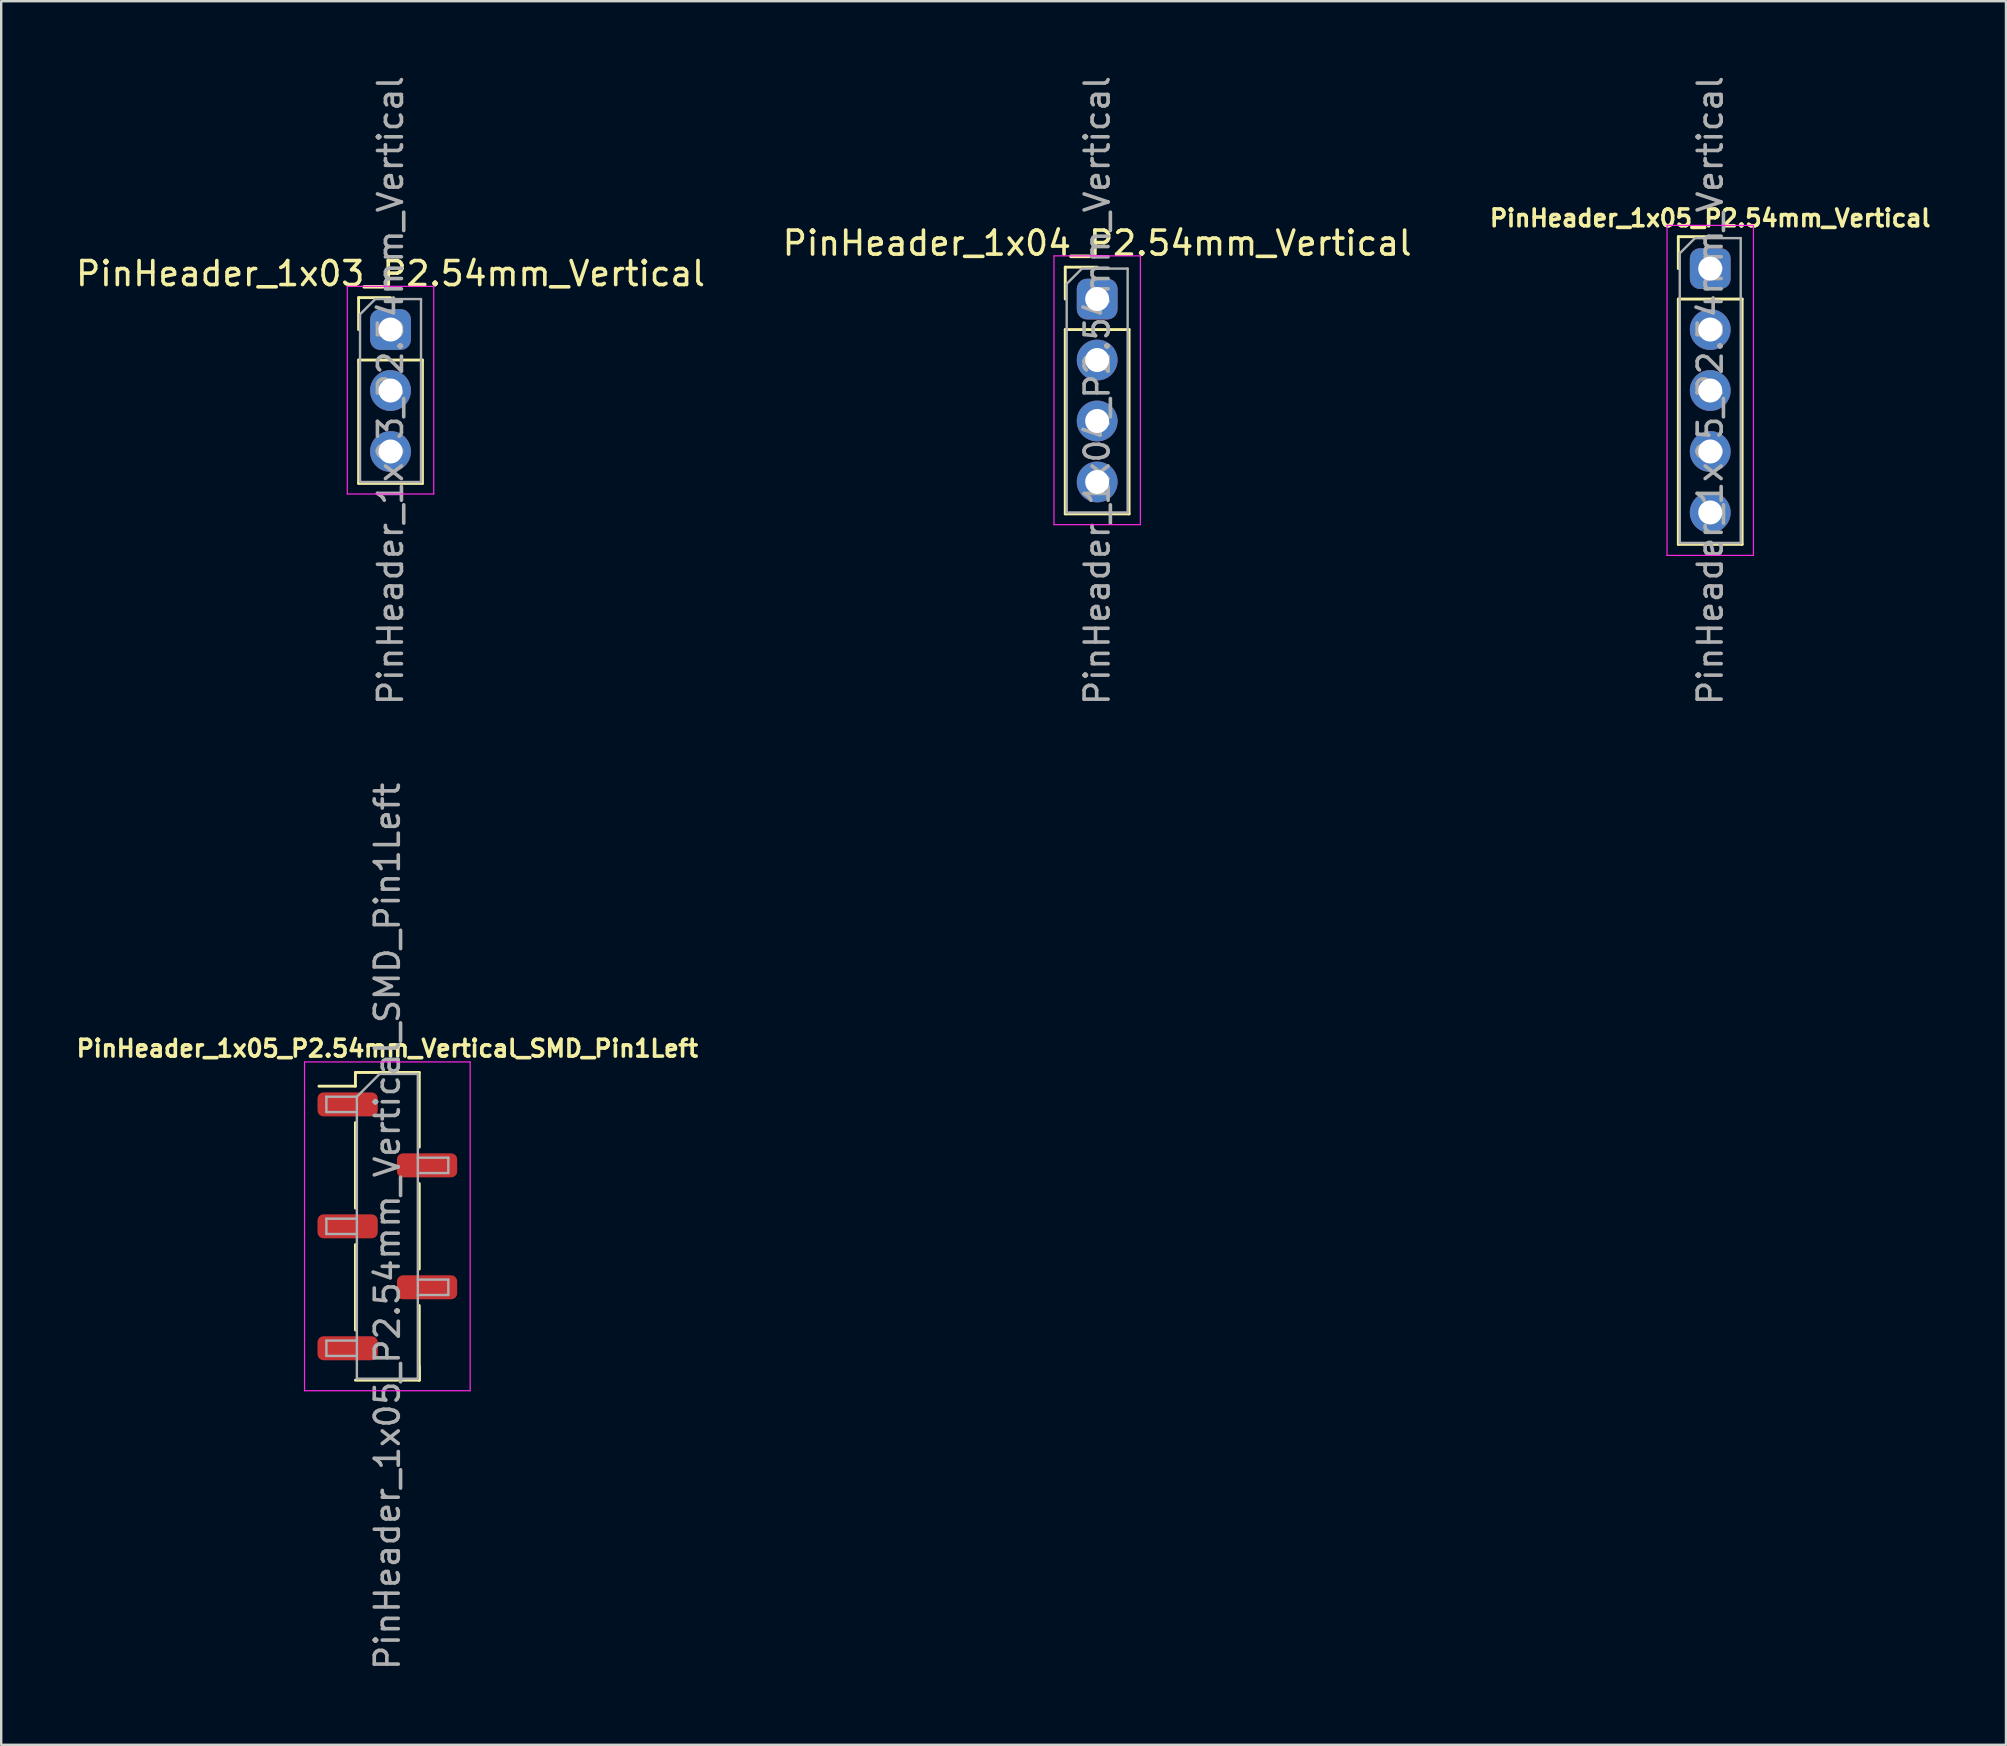
<source format=kicad_pcb>
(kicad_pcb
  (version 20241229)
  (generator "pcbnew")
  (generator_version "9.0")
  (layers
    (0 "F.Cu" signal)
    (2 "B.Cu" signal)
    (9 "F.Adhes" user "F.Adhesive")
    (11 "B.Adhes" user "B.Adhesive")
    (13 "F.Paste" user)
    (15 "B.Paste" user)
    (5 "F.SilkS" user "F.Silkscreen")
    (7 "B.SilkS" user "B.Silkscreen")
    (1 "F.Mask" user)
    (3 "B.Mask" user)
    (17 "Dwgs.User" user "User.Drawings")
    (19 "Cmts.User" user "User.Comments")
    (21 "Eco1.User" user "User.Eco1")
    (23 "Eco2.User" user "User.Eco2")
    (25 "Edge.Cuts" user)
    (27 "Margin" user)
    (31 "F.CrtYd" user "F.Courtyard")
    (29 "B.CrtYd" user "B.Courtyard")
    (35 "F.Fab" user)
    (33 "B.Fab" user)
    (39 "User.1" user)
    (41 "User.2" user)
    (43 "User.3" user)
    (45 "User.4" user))
  (footprint "PinHeader_1x04_P2.54mm_Vertical"
    (layer "F.Cu")
    (at 42.661 9.41)
    (property "Reference" "PinHeader_1x04_P2.54mm_Vertical" (at 0 -2.33 0) (layer "F.SilkS") (effects (font (size 1 1) (thickness 0.15))))
    (attr through_hole)
    (fp_line (start -1.33 -1.33) (end 0 -1.33) (stroke (width 0.12) (type solid)) (layer "F.SilkS"))
    (fp_line (start -1.33 0) (end -1.33 -1.33) (stroke (width 0.12) (type solid)) (layer "F.SilkS"))
    (fp_line (start -1.33 1.27) (end -1.33 8.95) (stroke (width 0.12) (type solid)) (layer "F.SilkS"))
    (fp_line (start -1.33 1.27) (end 1.33 1.27) (stroke (width 0.12) (type solid)) (layer "F.SilkS"))
    (fp_line (start -1.33 8.95) (end 1.33 8.95) (stroke (width 0.12) (type solid)) (layer "F.SilkS"))
    (fp_line (start 1.33 1.27) (end 1.33 8.95) (stroke (width 0.12) (type solid)) (layer "F.SilkS"))
    (fp_line (start -1.8 -1.8) (end -1.8 9.4) (stroke (width 0.05) (type solid)) (layer "F.CrtYd"))
    (fp_line (start -1.8 9.4) (end 1.8 9.4) (stroke (width 0.05) (type solid)) (layer "F.CrtYd"))
    (fp_line (start 1.8 -1.8) (end -1.8 -1.8) (stroke (width 0.05) (type solid)) (layer "F.CrtYd"))
    (fp_line (start 1.8 9.4) (end 1.8 -1.8) (stroke (width 0.05) (type solid)) (layer "F.CrtYd"))
    (fp_line (start -1.27 -0.635) (end -0.635 -1.27) (stroke (width 0.1) (type solid)) (layer "F.Fab"))
    (fp_line (start -1.27 8.89) (end -1.27 -0.635) (stroke (width 0.1) (type solid)) (layer "F.Fab"))
    (fp_line (start -0.635 -1.27) (end 1.27 -1.27) (stroke (width 0.1) (type solid)) (layer "F.Fab"))
    (fp_line (start 1.27 -1.27) (end 1.27 8.89) (stroke (width 0.1) (type solid)) (layer "F.Fab"))
    (fp_line (start 1.27 8.89) (end -1.27 8.89) (stroke (width 0.1) (type solid)) (layer "F.Fab"))
    (fp_text user "${REFERENCE}" (at 0 3.81 90) (layer "F.Fab") (effects (font (size 1 1) (thickness 0.15))))
    (pad "1" thru_hole roundrect (at 0 0) (size 1.7 1.7) (drill 1) (layers "*.Cu" "*.Mask") (roundrect_rratio 0.25))
    (pad "2" thru_hole oval (at 0 2.54) (size 1.7 1.7) (drill 1) (layers "*.Cu" "*.Mask"))
    (pad "3" thru_hole oval (at 0 5.08) (size 1.7 1.7) (drill 1) (layers "*.Cu" "*.Mask"))
    (pad "4" thru_hole oval (at 0 7.62) (size 1.7 1.7) (drill 1) (layers "*.Cu" "*.Mask")))
  (footprint "PinHeader_1x05_P2.54mm_Vertical_SMD_Pin1Left"
    (layer "F.Cu")
    (at 13.088 48.042)
    (property "Reference" "PinHeader_1x05_P2.54mm_Vertical_SMD_Pin1Left" (at 0 -7.41 0) (layer "F.SilkS") (effects (font (size 0.7 0.7) (thickness 0.15))))
    (attr smd)
    (fp_line (start -1.33 -6.41) (end -1.33 -5.84) (stroke (width 0.12) (type solid)) (layer "F.SilkS"))
    (fp_line (start -1.33 -6.41) (end 1.33 -6.41) (stroke (width 0.12) (type solid)) (layer "F.SilkS"))
    (fp_line (start -1.33 -5.84) (end -2.85 -5.84) (stroke (width 0.12) (type solid)) (layer "F.SilkS"))
    (fp_line (start -1.33 -4.32) (end -1.33 -0.76) (stroke (width 0.12) (type solid)) (layer "F.SilkS"))
    (fp_line (start -1.33 0.76) (end -1.33 4.32) (stroke (width 0.12) (type solid)) (layer "F.SilkS"))
    (fp_line (start -1.33 6.41) (end 1.33 6.41) (stroke (width 0.12) (type solid)) (layer "F.SilkS"))
    (fp_line (start 1.33 -6.41) (end 1.33 -3.3) (stroke (width 0.12) (type solid)) (layer "F.SilkS"))
    (fp_line (start 1.33 -1.78) (end 1.33 1.78) (stroke (width 0.12) (type solid)) (layer "F.SilkS"))
    (fp_line (start 1.33 3.3) (end 1.33 6.41) (stroke (width 0.12) (type solid)) (layer "F.SilkS"))
    (fp_line (start 1.33 5.84) (end 1.33 6.41) (stroke (width 0.12) (type solid)) (layer "F.SilkS"))
    (fp_line (start -3.45 -6.85) (end -3.45 6.85) (stroke (width 0.05) (type solid)) (layer "F.CrtYd"))
    (fp_line (start -3.45 6.85) (end 3.45 6.85) (stroke (width 0.05) (type solid)) (layer "F.CrtYd"))
    (fp_line (start 3.45 -6.85) (end -3.45 -6.85) (stroke (width 0.05) (type solid)) (layer "F.CrtYd"))
    (fp_line (start 3.45 6.85) (end 3.45 -6.85) (stroke (width 0.05) (type solid)) (layer "F.CrtYd"))
    (fp_line (start -2.54 -5.4) (end -2.54 -4.76) (stroke (width 0.1) (type solid)) (layer "F.Fab"))
    (fp_line (start -2.54 -4.76) (end -1.27 -4.76) (stroke (width 0.1) (type solid)) (layer "F.Fab"))
    (fp_line (start -2.54 -0.32) (end -2.54 0.32) (stroke (width 0.1) (type solid)) (layer "F.Fab"))
    (fp_line (start -2.54 0.32) (end -1.27 0.32) (stroke (width 0.1) (type solid)) (layer "F.Fab"))
    (fp_line (start -2.54 4.76) (end -2.54 5.4) (stroke (width 0.1) (type solid)) (layer "F.Fab"))
    (fp_line (start -2.54 5.4) (end -1.27 5.4) (stroke (width 0.1) (type solid)) (layer "F.Fab"))
    (fp_line (start -1.27 -5.4) (end -2.54 -5.4) (stroke (width 0.1) (type solid)) (layer "F.Fab"))
    (fp_line (start -1.27 -5.4) (end -0.32 -6.35) (stroke (width 0.1) (type solid)) (layer "F.Fab"))
    (fp_line (start -1.27 -0.32) (end -2.54 -0.32) (stroke (width 0.1) (type solid)) (layer "F.Fab"))
    (fp_line (start -1.27 4.76) (end -2.54 4.76) (stroke (width 0.1) (type solid)) (layer "F.Fab"))
    (fp_line (start -1.27 6.35) (end -1.27 -5.4) (stroke (width 0.1) (type solid)) (layer "F.Fab"))
    (fp_line (start -0.32 -6.35) (end 1.27 -6.35) (stroke (width 0.1) (type solid)) (layer "F.Fab"))
    (fp_line (start 1.27 -6.35) (end 1.27 6.35) (stroke (width 0.1) (type solid)) (layer "F.Fab"))
    (fp_line (start 1.27 -2.86) (end 2.54 -2.86) (stroke (width 0.1) (type solid)) (layer "F.Fab"))
    (fp_line (start 1.27 2.22) (end 2.54 2.22) (stroke (width 0.1) (type solid)) (layer "F.Fab"))
    (fp_line (start 1.27 6.35) (end -1.27 6.35) (stroke (width 0.1) (type solid)) (layer "F.Fab"))
    (fp_line (start 2.54 -2.86) (end 2.54 -2.22) (stroke (width 0.1) (type solid)) (layer "F.Fab"))
    (fp_line (start 2.54 -2.22) (end 1.27 -2.22) (stroke (width 0.1) (type solid)) (layer "F.Fab"))
    (fp_line (start 2.54 2.22) (end 2.54 2.86) (stroke (width 0.1) (type solid)) (layer "F.Fab"))
    (fp_line (start 2.54 2.86) (end 1.27 2.86) (stroke (width 0.1) (type solid)) (layer "F.Fab"))
    (fp_text user "${REFERENCE}" (at 0 0 90) (layer "F.Fab") (effects (font (size 1 1) (thickness 0.15))))
    (pad "1" smd roundrect (at -1.655 -5.08) (size 2.51 1) (layers "F.Cu" "F.Mask" "F.Paste") (roundrect_rratio 0.25))
    (pad "2" smd roundrect (at 1.655 -2.54) (size 2.51 1) (layers "F.Cu" "F.Mask" "F.Paste") (roundrect_rratio 0.25))
    (pad "3" smd roundrect (at -1.655 0) (size 2.51 1) (layers "F.Cu" "F.Mask" "F.Paste") (roundrect_rratio 0.25))
    (pad "4" smd roundrect (at 1.655 2.54) (size 2.51 1) (layers "F.Cu" "F.Mask" "F.Paste") (roundrect_rratio 0.25))
    (pad "5" smd roundrect (at -1.655 5.08) (size 2.51 1) (layers "F.Cu" "F.Mask" "F.Paste") (roundrect_rratio 0.25)))
  (footprint "PinHeader_1x05_P2.54mm_Vertical"
    (layer "F.Cu")
    (at 68.203 8.14)
    (property "Reference" "PinHeader_1x05_P2.54mm_Vertical" (at 0 -2.1 0) (layer "F.SilkS") (effects (font (size 0.7 0.7) (thickness 0.15))))
    (attr through_hole)
    (fp_line (start -1.33 -1.33) (end 0 -1.33) (stroke (width 0.12) (type solid)) (layer "F.SilkS"))
    (fp_line (start -1.33 0) (end -1.33 -1.33) (stroke (width 0.12) (type solid)) (layer "F.SilkS"))
    (fp_line (start -1.33 1.27) (end -1.33 11.49) (stroke (width 0.12) (type solid)) (layer "F.SilkS"))
    (fp_line (start -1.33 1.27) (end 1.33 1.27) (stroke (width 0.12) (type solid)) (layer "F.SilkS"))
    (fp_line (start -1.33 11.49) (end 1.33 11.49) (stroke (width 0.12) (type solid)) (layer "F.SilkS"))
    (fp_line (start 1.33 1.27) (end 1.33 11.49) (stroke (width 0.12) (type solid)) (layer "F.SilkS"))
    (fp_line (start -1.8 -1.8) (end -1.8 11.95) (stroke (width 0.05) (type solid)) (layer "F.CrtYd"))
    (fp_line (start -1.8 11.95) (end 1.8 11.95) (stroke (width 0.05) (type solid)) (layer "F.CrtYd"))
    (fp_line (start 1.8 -1.8) (end -1.8 -1.8) (stroke (width 0.05) (type solid)) (layer "F.CrtYd"))
    (fp_line (start 1.8 11.95) (end 1.8 -1.8) (stroke (width 0.05) (type solid)) (layer "F.CrtYd"))
    (fp_line (start -1.27 -0.635) (end -0.635 -1.27) (stroke (width 0.1) (type solid)) (layer "F.Fab"))
    (fp_line (start -1.27 11.43) (end -1.27 -0.635) (stroke (width 0.1) (type solid)) (layer "F.Fab"))
    (fp_line (start -0.635 -1.27) (end 1.27 -1.27) (stroke (width 0.1) (type solid)) (layer "F.Fab"))
    (fp_line (start 1.27 -1.27) (end 1.27 11.43) (stroke (width 0.1) (type solid)) (layer "F.Fab"))
    (fp_line (start 1.27 11.43) (end -1.27 11.43) (stroke (width 0.1) (type solid)) (layer "F.Fab"))
    (fp_text user "${REFERENCE}" (at 0 5.08 90) (layer "F.Fab") (effects (font (size 1 1) (thickness 0.15))))
    (pad "1" thru_hole roundrect (at 0 0) (size 1.7 1.7) (drill 1) (layers "*.Cu" "*.Mask") (roundrect_rratio 0.25))
    (pad "2" thru_hole oval (at 0 2.54) (size 1.7 1.7) (drill 1) (layers "*.Cu" "*.Mask"))
    (pad "3" thru_hole oval (at 0 5.08) (size 1.7 1.7) (drill 1) (layers "*.Cu" "*.Mask"))
    (pad "4" thru_hole oval (at 0 7.62) (size 1.7 1.7) (drill 1) (layers "*.Cu" "*.Mask"))
    (pad "5" thru_hole oval (at 0 10.16) (size 1.7 1.7) (drill 1) (layers "*.Cu" "*.Mask")))
  (footprint "PinHeader_1x03_P2.54mm_Vertical"
    (layer "F.Cu")
    (at 13.22 10.68)
    (property "Reference" "PinHeader_1x03_P2.54mm_Vertical" (at 0 -2.33 0) (layer "F.SilkS") (effects (font (size 1 1) (thickness 0.15))))
    (attr through_hole)
    (fp_line (start -1.33 -1.33) (end 0 -1.33) (stroke (width 0.12) (type solid)) (layer "F.SilkS"))
    (fp_line (start -1.33 0) (end -1.33 -1.33) (stroke (width 0.12) (type solid)) (layer "F.SilkS"))
    (fp_line (start -1.33 1.27) (end -1.33 6.41) (stroke (width 0.12) (type solid)) (layer "F.SilkS"))
    (fp_line (start -1.33 1.27) (end 1.33 1.27) (stroke (width 0.12) (type solid)) (layer "F.SilkS"))
    (fp_line (start -1.33 6.41) (end 1.33 6.41) (stroke (width 0.12) (type solid)) (layer "F.SilkS"))
    (fp_line (start 1.33 1.27) (end 1.33 6.41) (stroke (width 0.12) (type solid)) (layer "F.SilkS"))
    (fp_line (start -1.8 -1.8) (end -1.8 6.85) (stroke (width 0.05) (type solid)) (layer "F.CrtYd"))
    (fp_line (start -1.8 6.85) (end 1.8 6.85) (stroke (width 0.05) (type solid)) (layer "F.CrtYd"))
    (fp_line (start 1.8 -1.8) (end -1.8 -1.8) (stroke (width 0.05) (type solid)) (layer "F.CrtYd"))
    (fp_line (start 1.8 6.85) (end 1.8 -1.8) (stroke (width 0.05) (type solid)) (layer "F.CrtYd"))
    (fp_line (start -1.27 -0.635) (end -0.635 -1.27) (stroke (width 0.1) (type solid)) (layer "F.Fab"))
    (fp_line (start -1.27 6.35) (end -1.27 -0.635) (stroke (width 0.1) (type solid)) (layer "F.Fab"))
    (fp_line (start -0.635 -1.27) (end 1.27 -1.27) (stroke (width 0.1) (type solid)) (layer "F.Fab"))
    (fp_line (start 1.27 -1.27) (end 1.27 6.35) (stroke (width 0.1) (type solid)) (layer "F.Fab"))
    (fp_line (start 1.27 6.35) (end -1.27 6.35) (stroke (width 0.1) (type solid)) (layer "F.Fab"))
    (fp_text user "${REFERENCE}" (at 0 2.54 90) (layer "F.Fab") (effects (font (size 1 1) (thickness 0.15))))
    (pad "1" thru_hole roundrect (at 0 0) (size 1.7 1.7) (drill 1) (layers "*.Cu" "*.Mask") (roundrect_rratio 0.25))
    (pad "2" thru_hole oval (at 0 2.54) (size 1.7 1.7) (drill 1) (layers "*.Cu" "*.Mask"))
    (pad "3" thru_hole oval (at 0 5.08) (size 1.7 1.7) (drill 1) (layers "*.Cu" "*.Mask")))
  (gr_rect
    (start -3 -3)
    (end 80.524 69.643)
    (stroke (width 0.1) (type default))
    (fill no)
    (layer "Edge.Cuts")))
</source>
